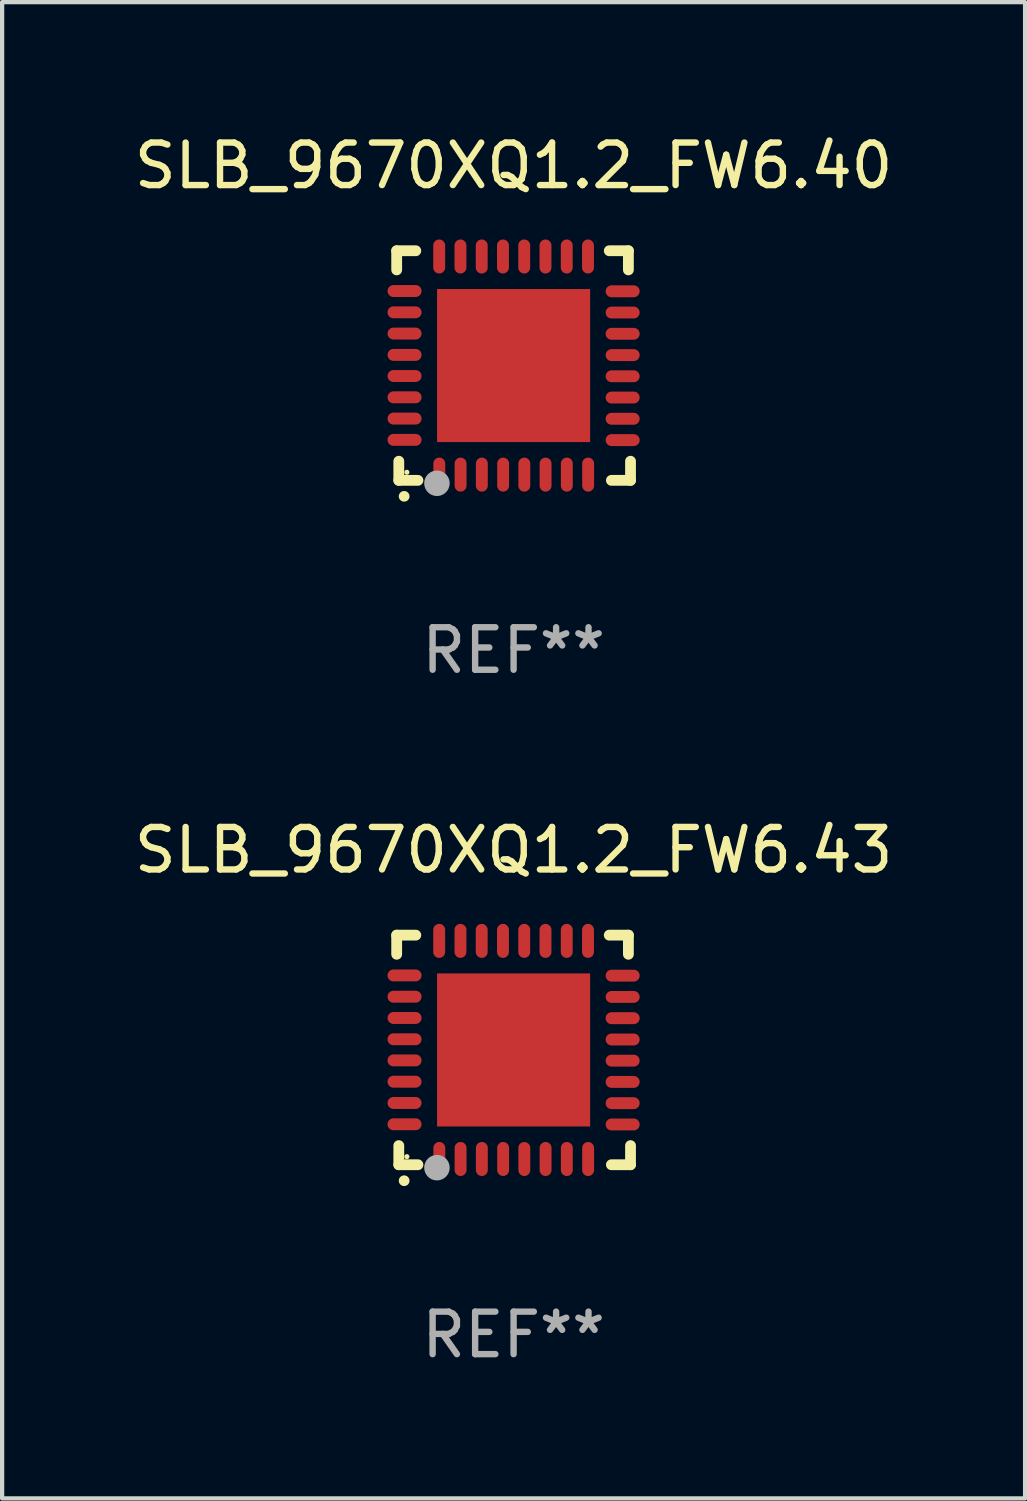
<source format=kicad_pcb>
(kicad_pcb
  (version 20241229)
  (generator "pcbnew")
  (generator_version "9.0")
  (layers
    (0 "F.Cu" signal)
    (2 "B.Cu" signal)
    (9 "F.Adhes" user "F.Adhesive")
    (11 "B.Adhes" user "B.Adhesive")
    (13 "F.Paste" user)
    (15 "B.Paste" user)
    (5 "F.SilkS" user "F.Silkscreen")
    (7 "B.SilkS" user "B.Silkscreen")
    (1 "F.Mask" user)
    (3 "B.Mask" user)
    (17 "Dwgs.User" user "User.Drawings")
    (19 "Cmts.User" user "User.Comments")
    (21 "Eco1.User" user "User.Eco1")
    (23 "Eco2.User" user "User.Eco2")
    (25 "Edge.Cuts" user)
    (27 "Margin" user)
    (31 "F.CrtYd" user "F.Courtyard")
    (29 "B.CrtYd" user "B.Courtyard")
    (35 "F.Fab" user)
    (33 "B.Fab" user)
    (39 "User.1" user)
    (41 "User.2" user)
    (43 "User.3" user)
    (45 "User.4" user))
  (footprint "SLB_9670XQ1.2_FW6.40"
    (layer "F.Cu")
    (at 9.03 5.548)
    (property "Reference" "SLB_9670XQ1.2_FW6.40" (at 0 -4.7 0) (layer "F.SilkS") (effects (font (size 1 1) (thickness 0.15))))
    (attr through_hole)
    (fp_line (start -2.75 -2.7) (end -2.75 -2.25) (stroke (width 0.254) (type solid)) (layer "F.SilkS"))
    (fp_line (start -2.7 2.7) (end -2.7 2.25) (stroke (width 0.254) (type solid)) (layer "F.SilkS"))
    (fp_line (start -2.3 -2.7) (end -2.75 -2.7) (stroke (width 0.254) (type solid)) (layer "F.SilkS"))
    (fp_line (start -2.25 2.7) (end -2.7 2.7) (stroke (width 0.254) (type solid)) (layer "F.SilkS"))
    (fp_line (start 2.3 2.7) (end 2.75 2.7) (stroke (width 0.254) (type solid)) (layer "F.SilkS"))
    (fp_line (start 2.7 -2.7) (end 2.25 -2.7) (stroke (width 0.254) (type solid)) (layer "F.SilkS"))
    (fp_line (start 2.7 -2.25) (end 2.7 -2.7) (stroke (width 0.254) (type solid)) (layer "F.SilkS"))
    (fp_line (start 2.75 2.7) (end 2.75 2.25) (stroke (width 0.254) (type solid)) (layer "F.SilkS"))
    (fp_arc (start -2.575565 3.075946) (mid -2.574295 3.07594) (end -2.573025 3.075946) (stroke (width 0.25) (type solid)) (layer "F.SilkS"))
    (fp_circle (center -2.51 2.51) (end -2.48 2.51) (stroke (width 0.06) (type solid)) (fill no) (layer "F.SilkS"))
    (fp_circle (center -1.803 2.769) (end -1.653 2.769) (stroke (width 0.3) (type solid)) (fill no) (layer "F.Fab"))
    (fp_text user "REF**" (at 0 6.7 0) (layer "F.Fab") (effects (font (size 1 1) (thickness 0.15))))
    (pad "1" smd oval (at -1.747 2.565) (size 0.28 0.8) (layers "F.Cu" "F.Mask" "F.Paste"))
    (pad "2" smd oval (at -1.247 2.565) (size 0.28 0.8) (layers "F.Cu" "F.Mask" "F.Paste"))
    (pad "3" smd oval (at -0.747 2.565) (size 0.28 0.8) (layers "F.Cu" "F.Mask" "F.Paste"))
    (pad "4" smd oval (at -0.246 2.565) (size 0.28 0.8) (layers "F.Cu" "F.Mask" "F.Paste"))
    (pad "5" smd oval (at 0.252 2.565) (size 0.28 0.8) (layers "F.Cu" "F.Mask" "F.Paste"))
    (pad "6" smd oval (at 0.752 2.565) (size 0.28 0.8) (layers "F.Cu" "F.Mask" "F.Paste"))
    (pad "7" smd oval (at 1.252 2.565) (size 0.28 0.8) (layers "F.Cu" "F.Mask" "F.Paste"))
    (pad "8" smd oval (at 1.753 2.565) (size 0.28 0.8) (layers "F.Cu" "F.Mask" "F.Paste"))
    (pad "9" smd oval (at 2.565 1.753) (size 0.8 0.28) (layers "F.Cu" "F.Mask" "F.Paste"))
    (pad "10" smd oval (at 2.565 1.252) (size 0.8 0.28) (layers "F.Cu" "F.Mask" "F.Paste"))
    (pad "11" smd oval (at 2.565 0.752) (size 0.8 0.28) (layers "F.Cu" "F.Mask" "F.Paste"))
    (pad "12" smd oval (at 2.565 0.252) (size 0.8 0.28) (layers "F.Cu" "F.Mask" "F.Paste"))
    (pad "13" smd oval (at 2.565 -0.246) (size 0.8 0.28) (layers "F.Cu" "F.Mask" "F.Paste"))
    (pad "14" smd oval (at 2.565 -0.747) (size 0.8 0.28) (layers "F.Cu" "F.Mask" "F.Paste"))
    (pad "15" smd oval (at 2.565 -1.247) (size 0.8 0.28) (layers "F.Cu" "F.Mask" "F.Paste"))
    (pad "16" smd oval (at 2.565 -1.747) (size 0.8 0.28) (layers "F.Cu" "F.Mask" "F.Paste"))
    (pad "17" smd oval (at 1.75 -2.565) (size 0.28 0.8) (layers "F.Cu" "F.Mask" "F.Paste"))
    (pad "18" smd oval (at 1.25 -2.565) (size 0.28 0.8) (layers "F.Cu" "F.Mask" "F.Paste"))
    (pad "19" smd oval (at 0.75 -2.565) (size 0.28 0.8) (layers "F.Cu" "F.Mask" "F.Paste"))
    (pad "20" smd oval (at 0.25 -2.565) (size 0.28 0.8) (layers "F.Cu" "F.Mask" "F.Paste"))
    (pad "21" smd oval (at -0.25 -2.565) (size 0.28 0.8) (layers "F.Cu" "F.Mask" "F.Paste"))
    (pad "22" smd oval (at -0.75 -2.565) (size 0.28 0.8) (layers "F.Cu" "F.Mask" "F.Paste"))
    (pad "23" smd oval (at -1.25 -2.565) (size 0.28 0.8) (layers "F.Cu" "F.Mask" "F.Paste"))
    (pad "24" smd oval (at -1.75 -2.565) (size 0.28 0.8) (layers "F.Cu" "F.Mask" "F.Paste"))
    (pad "25" smd oval (at -2.565 -1.753) (size 0.8 0.28) (layers "F.Cu" "F.Mask" "F.Paste"))
    (pad "26" smd oval (at -2.565 -1.252) (size 0.8 0.28) (layers "F.Cu" "F.Mask" "F.Paste"))
    (pad "27" smd oval (at -2.565 -0.752) (size 0.8 0.28) (layers "F.Cu" "F.Mask" "F.Paste"))
    (pad "28" smd oval (at -2.565 -0.251) (size 0.8 0.28) (layers "F.Cu" "F.Mask" "F.Paste"))
    (pad "29" smd oval (at -2.565 0.246) (size 0.8 0.28) (layers "F.Cu" "F.Mask" "F.Paste"))
    (pad "30" smd oval (at -2.565 0.747) (size 0.8 0.28) (layers "F.Cu" "F.Mask" "F.Paste"))
    (pad "31" smd oval (at -2.565 1.247) (size 0.8 0.28) (layers "F.Cu" "F.Mask" "F.Paste"))
    (pad "32" smd oval (at -2.565 1.748) (size 0.8 0.28) (layers "F.Cu" "F.Mask" "F.Paste"))
    (pad "33" smd rect (at 0.000076 0.000076) (size 3.6 3.6) (layers "F.Cu" "F.Mask" "F.Paste")))
  (footprint "SLB_9670XQ1.2_FW6.43"
    (layer "F.Cu")
    (at 9.03 21.645)
    (property "Reference" "SLB_9670XQ1.2_FW6.43" (at 0 -4.7 0) (layer "F.SilkS") (effects (font (size 1 1) (thickness 0.15))))
    (attr through_hole)
    (fp_line (start -2.75 -2.7) (end -2.75 -2.25) (stroke (width 0.254) (type solid)) (layer "F.SilkS"))
    (fp_line (start -2.7 2.7) (end -2.7 2.25) (stroke (width 0.254) (type solid)) (layer "F.SilkS"))
    (fp_line (start -2.3 -2.7) (end -2.75 -2.7) (stroke (width 0.254) (type solid)) (layer "F.SilkS"))
    (fp_line (start -2.25 2.7) (end -2.7 2.7) (stroke (width 0.254) (type solid)) (layer "F.SilkS"))
    (fp_line (start 2.3 2.7) (end 2.75 2.7) (stroke (width 0.254) (type solid)) (layer "F.SilkS"))
    (fp_line (start 2.7 -2.7) (end 2.25 -2.7) (stroke (width 0.254) (type solid)) (layer "F.SilkS"))
    (fp_line (start 2.7 -2.25) (end 2.7 -2.7) (stroke (width 0.254) (type solid)) (layer "F.SilkS"))
    (fp_line (start 2.75 2.7) (end 2.75 2.25) (stroke (width 0.254) (type solid)) (layer "F.SilkS"))
    (fp_arc (start -2.575565 3.075946) (mid -2.574295 3.07594) (end -2.573025 3.075946) (stroke (width 0.25) (type solid)) (layer "F.SilkS"))
    (fp_circle (center -2.51 2.51) (end -2.48 2.51) (stroke (width 0.06) (type solid)) (fill no) (layer "F.SilkS"))
    (fp_circle (center -1.803 2.769) (end -1.653 2.769) (stroke (width 0.3) (type solid)) (fill no) (layer "F.Fab"))
    (fp_text user "REF**" (at 0 6.7 0) (layer "F.Fab") (effects (font (size 1 1) (thickness 0.15))))
    (pad "1" smd oval (at -1.747 2.565) (size 0.28 0.8) (layers "F.Cu" "F.Mask" "F.Paste"))
    (pad "2" smd oval (at -1.247 2.565) (size 0.28 0.8) (layers "F.Cu" "F.Mask" "F.Paste"))
    (pad "3" smd oval (at -0.747 2.565) (size 0.28 0.8) (layers "F.Cu" "F.Mask" "F.Paste"))
    (pad "4" smd oval (at -0.246 2.565) (size 0.28 0.8) (layers "F.Cu" "F.Mask" "F.Paste"))
    (pad "5" smd oval (at 0.252 2.565) (size 0.28 0.8) (layers "F.Cu" "F.Mask" "F.Paste"))
    (pad "6" smd oval (at 0.752 2.565) (size 0.28 0.8) (layers "F.Cu" "F.Mask" "F.Paste"))
    (pad "7" smd oval (at 1.252 2.565) (size 0.28 0.8) (layers "F.Cu" "F.Mask" "F.Paste"))
    (pad "8" smd oval (at 1.753 2.565) (size 0.28 0.8) (layers "F.Cu" "F.Mask" "F.Paste"))
    (pad "9" smd oval (at 2.565 1.753) (size 0.8 0.28) (layers "F.Cu" "F.Mask" "F.Paste"))
    (pad "10" smd oval (at 2.565 1.252) (size 0.8 0.28) (layers "F.Cu" "F.Mask" "F.Paste"))
    (pad "11" smd oval (at 2.565 0.752) (size 0.8 0.28) (layers "F.Cu" "F.Mask" "F.Paste"))
    (pad "12" smd oval (at 2.565 0.252) (size 0.8 0.28) (layers "F.Cu" "F.Mask" "F.Paste"))
    (pad "13" smd oval (at 2.565 -0.246) (size 0.8 0.28) (layers "F.Cu" "F.Mask" "F.Paste"))
    (pad "14" smd oval (at 2.565 -0.747) (size 0.8 0.28) (layers "F.Cu" "F.Mask" "F.Paste"))
    (pad "15" smd oval (at 2.565 -1.247) (size 0.8 0.28) (layers "F.Cu" "F.Mask" "F.Paste"))
    (pad "16" smd oval (at 2.565 -1.747) (size 0.8 0.28) (layers "F.Cu" "F.Mask" "F.Paste"))
    (pad "17" smd oval (at 1.75 -2.565) (size 0.28 0.8) (layers "F.Cu" "F.Mask" "F.Paste"))
    (pad "18" smd oval (at 1.25 -2.565) (size 0.28 0.8) (layers "F.Cu" "F.Mask" "F.Paste"))
    (pad "19" smd oval (at 0.75 -2.565) (size 0.28 0.8) (layers "F.Cu" "F.Mask" "F.Paste"))
    (pad "20" smd oval (at 0.25 -2.565) (size 0.28 0.8) (layers "F.Cu" "F.Mask" "F.Paste"))
    (pad "21" smd oval (at -0.25 -2.565) (size 0.28 0.8) (layers "F.Cu" "F.Mask" "F.Paste"))
    (pad "22" smd oval (at -0.75 -2.565) (size 0.28 0.8) (layers "F.Cu" "F.Mask" "F.Paste"))
    (pad "23" smd oval (at -1.25 -2.565) (size 0.28 0.8) (layers "F.Cu" "F.Mask" "F.Paste"))
    (pad "24" smd oval (at -1.75 -2.565) (size 0.28 0.8) (layers "F.Cu" "F.Mask" "F.Paste"))
    (pad "25" smd oval (at -2.565 -1.753) (size 0.8 0.28) (layers "F.Cu" "F.Mask" "F.Paste"))
    (pad "26" smd oval (at -2.565 -1.252) (size 0.8 0.28) (layers "F.Cu" "F.Mask" "F.Paste"))
    (pad "27" smd oval (at -2.565 -0.752) (size 0.8 0.28) (layers "F.Cu" "F.Mask" "F.Paste"))
    (pad "28" smd oval (at -2.565 -0.251) (size 0.8 0.28) (layers "F.Cu" "F.Mask" "F.Paste"))
    (pad "29" smd oval (at -2.565 0.246) (size 0.8 0.28) (layers "F.Cu" "F.Mask" "F.Paste"))
    (pad "30" smd oval (at -2.565 0.747) (size 0.8 0.28) (layers "F.Cu" "F.Mask" "F.Paste"))
    (pad "31" smd oval (at -2.565 1.247) (size 0.8 0.28) (layers "F.Cu" "F.Mask" "F.Paste"))
    (pad "32" smd oval (at -2.565 1.748) (size 0.8 0.28) (layers "F.Cu" "F.Mask" "F.Paste"))
    (pad "33" smd rect (at 0.000076 0.000076) (size 3.6 3.6) (layers "F.Cu" "F.Mask" "F.Paste")))
  (gr_rect
    (start -3 -3)
    (end 21.06 32.193)
    (stroke (width 0.1) (type default))
    (fill no)
    (layer "Edge.Cuts")))
</source>
